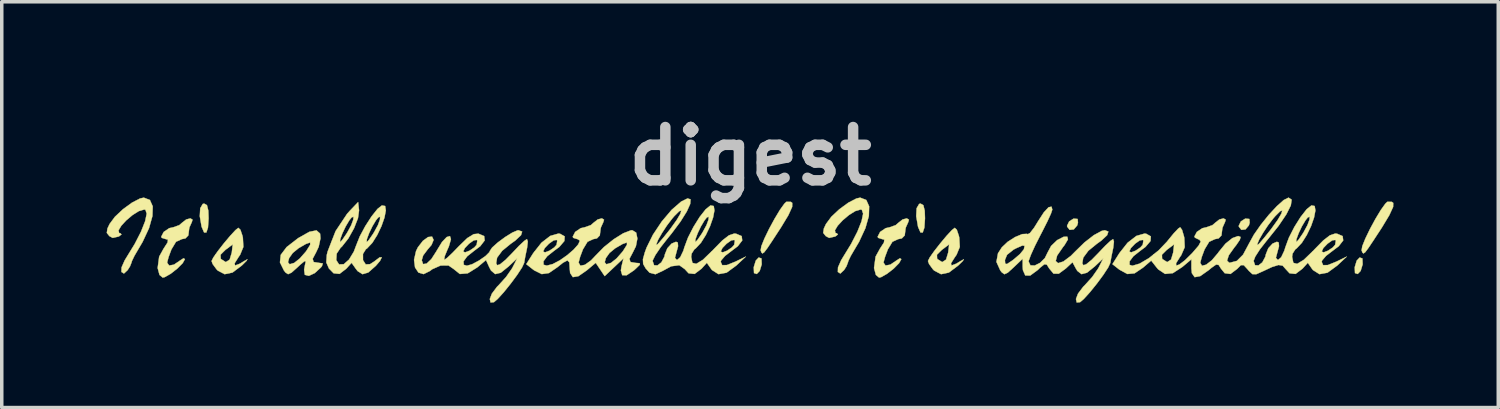
<source format=kicad_pcb>
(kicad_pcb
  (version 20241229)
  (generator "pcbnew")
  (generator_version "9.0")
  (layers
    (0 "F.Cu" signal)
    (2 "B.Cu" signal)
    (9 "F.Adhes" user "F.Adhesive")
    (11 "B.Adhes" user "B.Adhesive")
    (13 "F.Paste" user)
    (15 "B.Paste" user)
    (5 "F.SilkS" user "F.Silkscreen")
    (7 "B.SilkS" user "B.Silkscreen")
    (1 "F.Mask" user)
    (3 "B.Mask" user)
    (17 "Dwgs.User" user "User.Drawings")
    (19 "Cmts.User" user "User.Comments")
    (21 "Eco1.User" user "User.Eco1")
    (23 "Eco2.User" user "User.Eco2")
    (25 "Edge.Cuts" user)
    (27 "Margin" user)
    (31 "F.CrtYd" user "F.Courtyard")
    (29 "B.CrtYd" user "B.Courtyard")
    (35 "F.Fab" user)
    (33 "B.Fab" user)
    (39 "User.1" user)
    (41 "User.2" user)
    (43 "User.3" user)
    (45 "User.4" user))
  (footprint "digest"
    (layer "F.Cu")
    (at 18.41 2.688)
    (property "Reference" "digest" (at 0 -1.27 180) (layer "Dwgs.User") (effects (font (size 1.524 1.524) (thickness 0.3))))
    (attr through_hole)
    (fp_poly (pts (xy 0.318 1.653) (xy 0.325 1.819) (xy 0.324 1.826) (xy 0.268 2.01) (xy 0.184 2.098) (xy 0.105 2.072) (xy 0.098 1.907) (xy 0.099 1.9) (xy 0.156 1.715) (xy 0.239 1.627) (xy 0.318 1.653)) (stroke (width 0.01) (type solid)) (fill yes) (layer "F.SilkS"))
    (fp_poly (pts (xy 9.358 0.524) (xy 9.361 0.528) (xy 9.37 0.63) (xy 9.349 0.708) (xy 9.251 0.823) (xy 9.132 0.836) (xy 9.061 0.745) (xy 9.059 0.717) (xy 9.118 0.595) (xy 9.244 0.515) (xy 9.358 0.524)) (stroke (width 0.01) (type solid)) (fill yes) (layer "F.SilkS"))
    (fp_poly (pts (xy 14.268 0.524) (xy 14.272 0.528) (xy 14.281 0.63) (xy 14.259 0.708) (xy 14.162 0.823) (xy 14.043 0.836) (xy 13.972 0.745) (xy 13.97 0.717) (xy 14.029 0.595) (xy 14.155 0.515) (xy 14.268 0.524)) (stroke (width 0.01) (type solid)) (fill yes) (layer "F.SilkS"))
    (fp_poly (pts (xy 17.505 1.653) (xy 17.512 1.819) (xy 17.511 1.826) (xy 17.455 2.01) (xy 17.371 2.098) (xy 17.293 2.072) (xy 17.286 1.907) (xy 17.287 1.9) (xy 17.343 1.715) (xy 17.427 1.627) (xy 17.505 1.653)) (stroke (width 0.01) (type solid)) (fill yes) (layer "F.SilkS"))
    (fp_poly (pts (xy -15.541 0.13) (xy -15.502 0.287) (xy -15.494 0.508) (xy -15.512 0.773) (xy -15.559 0.912) (xy -15.623 0.91) (xy -15.691 0.754) (xy -15.695 0.741) (xy -15.746 0.446) (xy -15.733 0.218) (xy -15.661 0.095) (xy -15.621 0.085) (xy -15.541 0.13)) (stroke (width 0.01) (type solid)) (fill yes) (layer "F.SilkS"))
    (fp_poly (pts (xy 4.948 0.13) (xy 4.987 0.287) (xy 4.995 0.508) (xy 4.977 0.773) (xy 4.93 0.912) (xy 4.866 0.91) (xy 4.798 0.754) (xy 4.795 0.741) (xy 4.744 0.446) (xy 4.756 0.218) (xy 4.828 0.095) (xy 4.868 0.085) (xy 4.948 0.13)) (stroke (width 0.01) (type solid)) (fill yes) (layer "F.SilkS"))
    (fp_poly (pts (xy 1.158 0.035) (xy 1.198 0.064) (xy 1.196 0.179) (xy 1.087 0.418) (xy 0.873 0.772) (xy 0.846 0.813) (xy 0.627 1.149) (xy 0.483 1.364) (xy 0.396 1.478) (xy 0.347 1.511) (xy 0.319 1.485) (xy 0.295 1.423) (xy 0.315 1.303) (xy 0.403 1.084) (xy 0.536 0.809) (xy 0.691 0.523) (xy 0.844 0.268) (xy 0.973 0.088) (xy 1.03 0.034) (xy 1.158 0.035)) (stroke (width 0.01) (type solid)) (fill yes) (layer "F.SilkS"))
    (fp_poly (pts (xy 18.345 0.035) (xy 18.386 0.064) (xy 18.384 0.179) (xy 18.274 0.418) (xy 18.061 0.772) (xy 18.034 0.813) (xy 17.814 1.149) (xy 17.67 1.364) (xy 17.583 1.478) (xy 17.534 1.511) (xy 17.506 1.485) (xy 17.482 1.423) (xy 17.502 1.303) (xy 17.59 1.084) (xy 17.723 0.809) (xy 17.878 0.523) (xy 18.032 0.268) (xy 18.161 0.088) (xy 18.218 0.034) (xy 18.345 0.035)) (stroke (width 0.01) (type solid)) (fill yes) (layer "F.SilkS"))
    (fp_poly (pts (xy -14.584 0.833) (xy -14.526 1.005) (xy -14.514 1.06) (xy -14.5 1.325) (xy -14.592 1.548) (xy -14.639 1.616) (xy -14.75 1.793) (xy -14.737 1.855) (xy -14.599 1.803) (xy -14.476 1.728) (xy -14.382 1.677) (xy -14.414 1.728) (xy -14.543 1.855) (xy -14.811 2.057) (xy -15.035 2.104) (xy -15.232 2) (xy -15.269 1.962) (xy -15.378 1.813) (xy -15.409 1.727) (xy -15.358 1.625) (xy -15.302 1.546) (xy -15.152 1.546) (xy -15.148 1.656) (xy -15.134 1.675) (xy -15.002 1.758) (xy -14.892 1.687) (xy -14.831 1.487) (xy -14.804 1.252) (xy -15.014 1.409) (xy -15.152 1.546) (xy -15.302 1.546) (xy -15.229 1.442) (xy -15.057 1.221) (xy -14.877 1.007) (xy -14.726 0.844) (xy -14.644 0.778) (xy -14.584 0.833)) (stroke (width 0.01) (type solid)) (fill yes) (layer "F.SilkS"))
    (fp_poly (pts (xy 5.905 0.833) (xy 5.963 1.005) (xy 5.975 1.06) (xy 5.99 1.325) (xy 5.898 1.548) (xy 5.85 1.616) (xy 5.739 1.793) (xy 5.752 1.855) (xy 5.89 1.803) (xy 6.014 1.728) (xy 6.107 1.677) (xy 6.076 1.728) (xy 5.946 1.855) (xy 5.678 2.057) (xy 5.455 2.104) (xy 5.257 2) (xy 5.22 1.962) (xy 5.112 1.813) (xy 5.08 1.727) (xy 5.131 1.625) (xy 5.187 1.546) (xy 5.337 1.546) (xy 5.341 1.656) (xy 5.355 1.675) (xy 5.487 1.758) (xy 5.597 1.687) (xy 5.658 1.487) (xy 5.686 1.252) (xy 5.476 1.409) (xy 5.337 1.546) (xy 5.187 1.546) (xy 5.26 1.442) (xy 5.433 1.221) (xy 5.612 1.007) (xy 5.763 0.844) (xy 5.846 0.778) (xy 5.905 0.833)) (stroke (width 0.01) (type solid)) (fill yes) (layer "F.SilkS"))
    (fp_poly (pts (xy -15.953 0.545) (xy -15.974 0.614) (xy -16.042 0.765) (xy -16.05 0.804) (xy -16.07 0.966) (xy -16.074 0.995) (xy -16.156 1.08) (xy -16.26 1.101) (xy -16.426 1.177) (xy -16.557 1.394) (xy -16.637 1.609) (xy -16.678 1.76) (xy -16.679 1.775) (xy -16.623 1.856) (xy -16.485 1.831) (xy -16.326 1.723) (xy -16.212 1.649) (xy -16.171 1.673) (xy -16.235 1.788) (xy -16.39 1.944) (xy -16.579 2.092) (xy -16.749 2.188) (xy -16.807 2.201) (xy -16.898 2.125) (xy -16.951 1.928) (xy -16.951 1.926) (xy -16.908 1.602) (xy -16.783 1.376) (xy -16.668 1.198) (xy -16.657 1.116) (xy -16.717 1.101) (xy -16.833 1.065) (xy -16.849 1.033) (xy -16.778 0.896) (xy -16.62 0.788) (xy -16.503 0.762) (xy -16.332 0.701) (xy -16.256 0.635) (xy -16.134 0.539) (xy -16.015 0.508) (xy -15.953 0.545)) (stroke (width 0.01) (type solid)) (fill yes) (layer "F.SilkS"))
    (fp_poly (pts (xy 4.536 0.545) (xy 4.516 0.614) (xy 4.448 0.765) (xy 4.439 0.804) (xy 4.419 0.966) (xy 4.416 0.995) (xy 4.333 1.08) (xy 4.229 1.101) (xy 4.063 1.177) (xy 3.933 1.394) (xy 3.852 1.609) (xy 3.811 1.76) (xy 3.81 1.775) (xy 3.866 1.856) (xy 4.004 1.831) (xy 4.163 1.723) (xy 4.278 1.649) (xy 4.318 1.673) (xy 4.254 1.788) (xy 4.1 1.944) (xy 3.91 2.092) (xy 3.741 2.188) (xy 3.682 2.201) (xy 3.591 2.125) (xy 3.538 1.928) (xy 3.538 1.926) (xy 3.582 1.602) (xy 3.706 1.376) (xy 3.821 1.198) (xy 3.832 1.116) (xy 3.772 1.101) (xy 3.656 1.065) (xy 3.641 1.033) (xy 3.711 0.896) (xy 3.87 0.788) (xy 3.986 0.762) (xy 4.157 0.701) (xy 4.233 0.635) (xy 4.355 0.539) (xy 4.475 0.508) (xy 4.536 0.545)) (stroke (width 0.01) (type solid)) (fill yes) (layer "F.SilkS"))
    (fp_poly (pts (xy -17.173 -0.018) (xy -17.092 0.164) (xy -17.101 0.441) (xy -17.198 0.787) (xy -17.381 1.179) (xy -17.492 1.368) (xy -17.615 1.578) (xy -17.687 1.728) (xy -17.695 1.76) (xy -17.741 1.878) (xy -17.809 1.986) (xy -17.915 2.085) (xy -17.987 2.04) (xy -17.983 1.91) (xy -17.893 1.706) (xy -17.842 1.623) (xy -17.607 1.239) (xy -17.426 0.886) (xy -17.309 0.589) (xy -17.264 0.373) (xy -17.3 0.263) (xy -17.335 0.254) (xy -17.488 0.299) (xy -17.669 0.412) (xy -17.847 0.562) (xy -17.991 0.718) (xy -18.07 0.849) (xy -18.054 0.926) (xy -18.016 0.934) (xy -17.985 0.967) (xy -18.06 1.025) (xy -18.236 1.066) (xy -18.333 1.014) (xy -18.405 0.922) (xy -18.387 0.797) (xy -18.325 0.667) (xy -18.173 0.462) (xy -17.943 0.246) (xy -17.687 0.059) (xy -17.455 -0.061) (xy -17.347 -0.085) (xy -17.173 -0.018)) (stroke (width 0.01) (type solid)) (fill yes) (layer "F.SilkS"))
    (fp_poly (pts (xy 3.316 -0.018) (xy 3.398 0.164) (xy 3.389 0.441) (xy 3.291 0.787) (xy 3.109 1.179) (xy 2.997 1.368) (xy 2.874 1.578) (xy 2.802 1.728) (xy 2.794 1.76) (xy 2.749 1.878) (xy 2.68 1.986) (xy 2.574 2.085) (xy 2.503 2.04) (xy 2.507 1.91) (xy 2.597 1.706) (xy 2.647 1.623) (xy 2.882 1.239) (xy 3.063 0.886) (xy 3.181 0.589) (xy 3.226 0.373) (xy 3.189 0.263) (xy 3.154 0.254) (xy 3.001 0.299) (xy 2.82 0.412) (xy 2.642 0.562) (xy 2.498 0.718) (xy 2.419 0.849) (xy 2.435 0.926) (xy 2.474 0.934) (xy 2.504 0.967) (xy 2.43 1.025) (xy 2.254 1.066) (xy 2.157 1.014) (xy 2.084 0.922) (xy 2.103 0.797) (xy 2.164 0.667) (xy 2.316 0.462) (xy 2.546 0.246) (xy 2.802 0.059) (xy 3.034 -0.061) (xy 3.142 -0.085) (xy 3.316 -0.018)) (stroke (width 0.01) (type solid)) (fill yes) (layer "F.SilkS"))
    (fp_poly (pts (xy -12.306 0.942) (xy -12.294 1.079) (xy -12.346 1.321) (xy -12.42 1.479) (xy -12.518 1.665) (xy -12.49 1.756) (xy -12.351 1.778) (xy -12.228 1.796) (xy -12.253 1.875) (xy -12.281 1.91) (xy -12.457 2.072) (xy -12.626 2.151) (xy -12.738 2.123) (xy -12.743 2.116) (xy -12.762 1.974) (xy -12.738 1.841) (xy -12.714 1.736) (xy -12.753 1.733) (xy -12.88 1.839) (xy -12.95 1.905) (xy -13.121 2.058) (xy -13.22 2.104) (xy -13.295 2.055) (xy -13.341 1.995) (xy -13.453 1.767) (xy -13.453 1.763) (xy -13.224 1.763) (xy -13.176 1.82) (xy -13.045 1.781) (xy -12.885 1.653) (xy -12.714 1.459) (xy -12.7 1.44) (xy -12.589 1.263) (xy -12.59 1.197) (xy -12.711 1.239) (xy -12.923 1.362) (xy -13.087 1.497) (xy -13.191 1.643) (xy -13.224 1.763) (xy -13.453 1.763) (xy -13.43 1.551) (xy -13.262 1.328) (xy -12.941 1.079) (xy -12.921 1.066) (xy -12.613 0.892) (xy -12.408 0.851) (xy -12.306 0.942)) (stroke (width 0.01) (type solid)) (fill yes) (layer "F.SilkS"))
    (fp_poly (pts (xy -11.191 0.279) (xy -11.222 0.503) (xy -11.335 0.791) (xy -11.497 1.081) (xy -11.678 1.311) (xy -11.721 1.351) (xy -11.831 1.516) (xy -11.843 1.701) (xy -11.763 1.824) (xy -11.63 1.819) (xy -11.478 1.686) (xy -11.34 1.458) (xy -11.275 1.286) (xy -11.234 1.184) (xy -10.974 1.184) (xy -10.969 1.185) (xy -10.908 1.121) (xy -10.797 0.96) (xy -10.76 0.9) (xy -10.652 0.701) (xy -10.594 0.543) (xy -10.588 0.46) (xy -10.641 0.48) (xy -10.709 0.565) (xy -10.811 0.737) (xy -10.905 0.934) (xy -10.967 1.101) (xy -10.974 1.184) (xy -11.234 1.184) (xy -11.17 1.022) (xy -11.012 0.728) (xy -10.833 0.451) (xy -10.663 0.237) (xy -10.538 0.138) (xy -10.445 0.154) (xy -10.425 0.281) (xy -10.464 0.485) (xy -10.55 0.73) (xy -10.67 0.982) (xy -10.811 1.206) (xy -10.961 1.366) (xy -10.998 1.392) (xy -11.079 1.524) (xy -11.078 1.702) (xy -11.001 1.824) (xy -10.877 1.817) (xy -10.762 1.744) (xy -10.6 1.621) (xy -10.541 1.621) (xy -10.592 1.725) (xy -10.71 1.863) (xy -10.927 2.055) (xy -11.091 2.104) (xy -11.232 2.015) (xy -11.285 1.947) (xy -11.404 1.778) (xy -11.557 1.947) (xy -11.749 2.095) (xy -11.918 2.078) (xy -12.052 1.941) (xy -12.128 1.768) (xy -12.113 1.55) (xy -12.089 1.454) (xy -11.984 1.184) (xy -11.736 1.184) (xy -11.731 1.185) (xy -11.67 1.121) (xy -11.559 0.96) (xy -11.522 0.9) (xy -11.414 0.701) (xy -11.356 0.543) (xy -11.35 0.46) (xy -11.403 0.48) (xy -11.471 0.565) (xy -11.573 0.737) (xy -11.667 0.934) (xy -11.729 1.101) (xy -11.736 1.184) (xy -11.984 1.184) (xy -11.862 0.872) (xy -11.534 0.379) (xy -11.46 0.296) (xy -11.218 0.042) (xy -11.191 0.279)) (stroke (width 0.01) (type solid)) (fill yes) (layer "F.SilkS"))
    (fp_poly (pts (xy -4.184 0.545) (xy -4.205 0.614) (xy -4.273 0.765) (xy -4.282 0.804) (xy -4.302 0.966) (xy -4.305 0.995) (xy -4.387 1.08) (xy -4.492 1.101) (xy -4.657 1.177) (xy -4.788 1.394) (xy -4.869 1.609) (xy -4.909 1.76) (xy -4.911 1.775) (xy -4.86 1.862) (xy -4.731 1.835) (xy -4.63 1.763) (xy -4.165 1.763) (xy -4.117 1.82) (xy -3.985 1.781) (xy -3.825 1.653) (xy -3.655 1.459) (xy -3.641 1.44) (xy -3.529 1.263) (xy -3.53 1.197) (xy -3.652 1.239) (xy -3.864 1.362) (xy -4.028 1.497) (xy -4.132 1.643) (xy -4.165 1.763) (xy -4.63 1.763) (xy -4.556 1.709) (xy -4.43 1.576) (xy -4.189 1.33) (xy -3.908 1.105) (xy -3.635 0.934) (xy -3.416 0.85) (xy -3.376 0.847) (xy -3.266 0.914) (xy -3.231 1.084) (xy -3.273 1.304) (xy -3.36 1.479) (xy -3.458 1.664) (xy -3.429 1.756) (xy -3.281 1.781) (xy -3.165 1.79) (xy -3.16 1.833) (xy -3.275 1.945) (xy -3.329 1.994) (xy -3.535 2.133) (xy -3.664 2.132) (xy -3.703 1.997) (xy -3.683 1.875) (xy -3.628 1.651) (xy -3.897 1.905) (xy -4.166 2.159) (xy -4.422 1.779) (xy -4.673 1.99) (xy -4.917 2.161) (xy -5.076 2.188) (xy -5.154 2.07) (xy -5.165 1.947) (xy -5.177 1.765) (xy -5.231 1.709) (xy -5.358 1.776) (xy -5.519 1.905) (xy -5.763 2.072) (xy -5.966 2.101) (xy -6.177 1.997) (xy -6.218 1.967) (xy -6.408 1.817) (xy -6.21 1.503) (xy -6.172 1.455) (xy -5.927 1.455) (xy -5.871 1.48) (xy -5.744 1.431) (xy -5.609 1.339) (xy -5.542 1.264) (xy -5.523 1.147) (xy -5.537 1.124) (xy -5.625 1.136) (xy -5.759 1.231) (xy -5.879 1.356) (xy -5.927 1.455) (xy -6.172 1.455) (xy -5.974 1.204) (xy -5.722 1.009) (xy -5.488 0.942) (xy -5.444 0.947) (xy -5.31 1.022) (xy -5.319 1.155) (xy -5.463 1.324) (xy -5.609 1.432) (xy -5.81 1.591) (xy -5.917 1.735) (xy -5.913 1.834) (xy -5.821 1.859) (xy -5.651 1.814) (xy -5.446 1.706) (xy -5.237 1.559) (xy -5.053 1.4) (xy -4.923 1.253) (xy -4.875 1.145) (xy -4.941 1.101) (xy -4.947 1.101) (xy -5.064 1.065) (xy -5.08 1.033) (xy -5.01 0.896) (xy -4.851 0.788) (xy -4.735 0.762) (xy -4.563 0.701) (xy -4.487 0.635) (xy -4.365 0.539) (xy -4.246 0.508) (xy -4.184 0.545)) (stroke (width 0.01) (type solid)) (fill yes) (layer "F.SilkS"))
    (fp_poly (pts (xy -6.526 0.885) (xy -6.559 0.988) (xy -6.724 1.143) (xy -6.855 1.236) (xy -7.097 1.434) (xy -7.243 1.631) (xy -7.27 1.794) (xy -7.238 1.848) (xy -7.157 1.82) (xy -7 1.692) (xy -6.815 1.503) (xy -6.618 1.295) (xy -6.463 1.15) (xy -6.389 1.101) (xy -6.365 1.172) (xy -6.385 1.348) (xy -6.391 1.376) (xy -6.439 1.607) (xy -6.469 1.779) (xy -6.469 1.78) (xy -6.53 1.912) (xy -6.67 2.126) (xy -6.855 2.376) (xy -7.052 2.62) (xy -7.226 2.812) (xy -7.333 2.904) (xy -7.429 2.913) (xy -7.451 2.814) (xy -7.392 2.66) (xy -7.247 2.467) (xy -7.189 2.408) (xy -6.985 2.182) (xy -6.819 1.944) (xy -6.798 1.905) (xy -6.668 1.651) (xy -6.916 1.884) (xy -7.139 2.063) (xy -7.297 2.101) (xy -7.416 2) (xy -7.465 1.908) (xy -7.56 1.699) (xy -7.808 1.908) (xy -8.082 2.079) (xy -8.308 2.098) (xy -8.475 1.965) (xy -8.478 1.961) (xy -8.633 1.854) (xy -8.859 1.856) (xy -9.099 1.962) (xy -9.162 2.011) (xy -9.345 2.102) (xy -9.493 2.057) (xy -9.59 1.91) (xy -9.618 1.694) (xy -9.561 1.443) (xy -9.508 1.335) (xy -9.365 1.15) (xy -9.217 1.042) (xy -9.103 1.029) (xy -9.059 1.124) (xy -9.118 1.267) (xy -9.229 1.397) (xy -9.357 1.567) (xy -9.398 1.704) (xy -9.359 1.816) (xy -9.258 1.8) (xy -9.123 1.672) (xy -8.98 1.45) (xy -8.972 1.435) (xy -8.818 1.183) (xy -8.684 1.042) (xy -8.591 1.015) (xy -8.563 1.104) (xy -8.623 1.312) (xy -8.662 1.398) (xy -8.739 1.585) (xy -8.758 1.687) (xy -8.751 1.693) (xy -8.67 1.636) (xy -8.513 1.487) (xy -8.482 1.455) (xy -8.213 1.455) (xy -8.157 1.48) (xy -8.03 1.431) (xy -7.895 1.339) (xy -7.828 1.264) (xy -7.809 1.147) (xy -7.823 1.124) (xy -7.911 1.136) (xy -8.045 1.231) (xy -8.165 1.356) (xy -8.213 1.455) (xy -8.482 1.455) (xy -8.337 1.305) (xy -8.095 1.071) (xy -7.911 0.959) (xy -7.777 0.945) (xy -7.613 1.014) (xy -7.598 1.139) (xy -7.725 1.304) (xy -7.895 1.432) (xy -8.098 1.593) (xy -8.204 1.738) (xy -8.196 1.836) (xy -8.107 1.862) (xy -7.957 1.819) (xy -7.761 1.714) (xy -7.576 1.586) (xy -7.463 1.474) (xy -7.451 1.441) (xy -7.385 1.343) (xy -7.223 1.197) (xy -7.013 1.042) (xy -6.807 0.914) (xy -6.654 0.849) (xy -6.634 0.847) (xy -6.526 0.885)) (stroke (width 0.01) (type solid)) (fill yes) (layer "F.SilkS"))
    (fp_poly (pts (xy 8.636 0.257) (xy 8.599 0.368) (xy 8.499 0.587) (xy 8.355 0.873) (xy 8.297 0.984) (xy 8.142 1.29) (xy 8.025 1.547) (xy 7.963 1.714) (xy 7.959 1.743) (xy 8.01 1.851) (xy 8.133 1.856) (xy 8.286 1.78) (xy 8.424 1.643) (xy 8.501 1.485) (xy 8.602 1.296) (xy 8.775 1.13) (xy 8.962 1.034) (xy 9.066 1.032) (xy 9.083 1.11) (xy 8.985 1.274) (xy 8.942 1.328) (xy 8.774 1.572) (xy 8.734 1.728) (xy 8.801 1.788) (xy 8.953 1.741) (xy 9.167 1.58) (xy 9.278 1.468) (xy 9.554 1.198) (xy 9.824 0.988) (xy 10.049 0.866) (xy 10.139 0.847) (xy 10.24 0.885) (xy 10.204 0.989) (xy 10.039 1.143) (xy 9.909 1.236) (xy 9.667 1.434) (xy 9.521 1.631) (xy 9.494 1.794) (xy 9.526 1.848) (xy 9.607 1.82) (xy 9.764 1.692) (xy 9.949 1.503) (xy 10.146 1.295) (xy 10.301 1.15) (xy 10.375 1.101) (xy 10.399 1.172) (xy 10.379 1.348) (xy 10.373 1.376) (xy 10.325 1.607) (xy 10.295 1.779) (xy 10.295 1.78) (xy 10.234 1.912) (xy 10.094 2.126) (xy 9.909 2.376) (xy 9.712 2.62) (xy 9.538 2.812) (xy 9.431 2.904) (xy 9.335 2.913) (xy 9.313 2.814) (xy 9.372 2.66) (xy 9.517 2.467) (xy 9.575 2.408) (xy 9.779 2.182) (xy 9.945 1.944) (xy 9.966 1.905) (xy 10.096 1.651) (xy 9.848 1.884) (xy 9.627 2.062) (xy 9.472 2.103) (xy 9.352 2.01) (xy 9.309 1.939) (xy 9.214 1.762) (xy 9.025 1.939) (xy 8.822 2.089) (xy 8.671 2.088) (xy 8.547 1.939) (xy 8.479 1.83) (xy 8.41 1.82) (xy 8.289 1.917) (xy 8.212 1.99) (xy 8.005 2.142) (xy 7.864 2.141) (xy 7.796 1.988) (xy 7.789 1.884) (xy 7.789 1.662) (xy 7.529 1.91) (xy 7.362 2.061) (xy 7.267 2.105) (xy 7.191 2.051) (xy 7.148 1.995) (xy 7.038 1.751) (xy 7.048 1.698) (xy 7.281 1.698) (xy 7.289 1.804) (xy 7.341 1.813) (xy 7.476 1.723) (xy 7.531 1.683) (xy 7.71 1.53) (xy 7.819 1.398) (xy 7.825 1.384) (xy 7.844 1.293) (xy 7.78 1.284) (xy 7.607 1.36) (xy 7.531 1.399) (xy 7.342 1.549) (xy 7.281 1.698) (xy 7.048 1.698) (xy 7.083 1.507) (xy 7.194 1.335) (xy 7.36 1.178) (xy 7.571 1.043) (xy 7.775 0.958) (xy 7.915 0.95) (xy 7.933 0.962) (xy 7.999 0.925) (xy 8.117 0.773) (xy 8.228 0.593) (xy 8.395 0.334) (xy 8.529 0.19) (xy 8.614 0.173) (xy 8.636 0.257)) (stroke (width 0.01) (type solid)) (fill yes) (layer "F.SilkS"))
    (fp_poly (pts (xy -1.71 -0.036) (xy -1.72 0.094) (xy -1.817 0.31) (xy -1.997 0.598) (xy -2.254 0.942) (xy -2.359 1.071) (xy -2.564 1.332) (xy -2.717 1.558) (xy -2.791 1.707) (xy -2.794 1.727) (xy -2.753 1.848) (xy -2.656 1.853) (xy -2.544 1.765) (xy -2.459 1.605) (xy -2.443 1.533) (xy -2.374 1.363) (xy -2.252 1.229) (xy -2.126 1.177) (xy -2.076 1.198) (xy -2.067 1.303) (xy -2.112 1.47) (xy -2.156 1.636) (xy -2.108 1.692) (xy -2.09 1.693) (xy -2.005 1.619) (xy -1.916 1.433) (xy -1.886 1.333) (xy -1.83 1.184) (xy -1.576 1.184) (xy -1.571 1.185) (xy -1.51 1.121) (xy -1.399 0.96) (xy -1.362 0.9) (xy -1.254 0.701) (xy -1.196 0.543) (xy -1.19 0.46) (xy -1.243 0.48) (xy -1.311 0.565) (xy -1.413 0.737) (xy -1.507 0.934) (xy -1.569 1.101) (xy -1.576 1.184) (xy -1.83 1.184) (xy -1.783 1.058) (xy -1.628 0.754) (xy -1.449 0.467) (xy -1.275 0.246) (xy -1.14 0.138) (xy -1.047 0.154) (xy -1.027 0.281) (xy -1.066 0.485) (xy -1.152 0.73) (xy -1.272 0.982) (xy -1.413 1.206) (xy -1.563 1.366) (xy -1.6 1.392) (xy -1.679 1.516) (xy -1.693 1.609) (xy -1.657 1.78) (xy -1.547 1.808) (xy -1.358 1.693) (xy -1.112 1.455) (xy -0.847 1.455) (xy -0.791 1.48) (xy -0.664 1.431) (xy -0.529 1.339) (xy -0.462 1.264) (xy -0.443 1.147) (xy -0.457 1.124) (xy -0.545 1.136) (xy -0.679 1.231) (xy -0.799 1.356) (xy -0.847 1.455) (xy -1.112 1.455) (xy -1.088 1.433) (xy -1.058 1.401) (xy -0.8 1.138) (xy -0.612 0.993) (xy -0.464 0.943) (xy -0.412 0.945) (xy -0.248 1.014) (xy -0.232 1.139) (xy -0.359 1.304) (xy -0.529 1.432) (xy -0.722 1.58) (xy -0.835 1.711) (xy -0.847 1.75) (xy -0.806 1.845) (xy -0.671 1.843) (xy -0.42 1.742) (xy -0.398 1.731) (xy -0.127 1.599) (xy -0.404 1.858) (xy -0.681 2.061) (xy -0.911 2.103) (xy -1.097 1.985) (xy -1.125 1.947) (xy -1.244 1.778) (xy -1.397 1.947) (xy -1.594 2.096) (xy -1.766 2.078) (xy -1.875 1.959) (xy -2.032 1.847) (xy -2.266 1.878) (xy -2.495 2.003) (xy -2.714 2.106) (xy -2.883 2.061) (xy -2.996 1.935) (xy -3.065 1.811) (xy -3.072 1.677) (xy -3.016 1.476) (xy -2.965 1.338) (xy -2.918 1.244) (xy -2.688 1.244) (xy -2.679 1.27) (xy -2.615 1.208) (xy -2.477 1.046) (xy -2.295 0.817) (xy -2.284 0.802) (xy -2.104 0.551) (xy -2 0.373) (xy -1.975 0.284) (xy -2.031 0.301) (xy -2.172 0.44) (xy -2.236 0.515) (xy -2.385 0.71) (xy -2.526 0.925) (xy -2.636 1.117) (xy -2.688 1.244) (xy -2.918 1.244) (xy -2.786 0.976) (xy -2.534 0.598) (xy -2.251 0.264) (xy -1.982 0.03) (xy -1.978 0.027) (xy -1.795 -0.063) (xy -1.71 -0.036)) (stroke (width 0.01) (type solid)) (fill yes) (layer "F.SilkS"))
    (fp_poly (pts (xy 15.482 -0.027) (xy 15.458 0.137) (xy 15.33 0.392) (xy 15.105 0.725) (xy 14.789 1.121) (xy 14.763 1.152) (xy 14.574 1.393) (xy 14.441 1.6) (xy 14.393 1.724) (xy 14.435 1.847) (xy 14.532 1.853) (xy 14.643 1.766) (xy 14.728 1.606) (xy 14.745 1.533) (xy 14.813 1.363) (xy 14.936 1.229) (xy 15.061 1.177) (xy 15.111 1.198) (xy 15.12 1.303) (xy 15.075 1.47) (xy 15.031 1.636) (xy 15.079 1.692) (xy 15.098 1.693) (xy 15.183 1.619) (xy 15.271 1.433) (xy 15.302 1.333) (xy 15.357 1.184) (xy 15.611 1.184) (xy 15.616 1.185) (xy 15.677 1.121) (xy 15.788 0.96) (xy 15.826 0.9) (xy 15.933 0.701) (xy 15.992 0.543) (xy 15.997 0.46) (xy 15.944 0.48) (xy 15.876 0.565) (xy 15.774 0.737) (xy 15.681 0.934) (xy 15.619 1.101) (xy 15.611 1.184) (xy 15.357 1.184) (xy 15.404 1.058) (xy 15.559 0.754) (xy 15.739 0.467) (xy 15.912 0.246) (xy 16.047 0.138) (xy 16.14 0.154) (xy 16.161 0.281) (xy 16.122 0.485) (xy 16.036 0.73) (xy 15.915 0.982) (xy 15.774 1.206) (xy 15.624 1.366) (xy 15.587 1.392) (xy 15.508 1.516) (xy 15.494 1.609) (xy 15.53 1.78) (xy 15.64 1.808) (xy 15.829 1.693) (xy 16.076 1.455) (xy 16.341 1.455) (xy 16.397 1.48) (xy 16.523 1.431) (xy 16.659 1.339) (xy 16.725 1.264) (xy 16.745 1.147) (xy 16.731 1.124) (xy 16.643 1.136) (xy 16.509 1.231) (xy 16.388 1.356) (xy 16.341 1.455) (xy 16.076 1.455) (xy 16.099 1.433) (xy 16.129 1.401) (xy 16.387 1.138) (xy 16.575 0.993) (xy 16.723 0.943) (xy 16.776 0.945) (xy 16.94 1.014) (xy 16.956 1.139) (xy 16.828 1.304) (xy 16.658 1.432) (xy 16.465 1.58) (xy 16.353 1.711) (xy 16.341 1.75) (xy 16.381 1.845) (xy 16.517 1.843) (xy 16.767 1.742) (xy 16.789 1.731) (xy 17.06 1.599) (xy 16.784 1.858) (xy 16.506 2.061) (xy 16.277 2.103) (xy 16.091 1.985) (xy 16.062 1.947) (xy 15.944 1.778) (xy 15.79 1.947) (xy 15.593 2.096) (xy 15.422 2.078) (xy 15.31 1.956) (xy 15.225 1.86) (xy 15.107 1.84) (xy 14.918 1.899) (xy 14.662 2.019) (xy 14.471 2.104) (xy 14.359 2.102) (xy 14.256 2.006) (xy 14.228 1.972) (xy 14.112 1.845) (xy 14.03 1.845) (xy 13.925 1.951) (xy 13.732 2.097) (xy 13.568 2.076) (xy 13.46 1.944) (xy 13.394 1.839) (xy 13.322 1.828) (xy 13.192 1.919) (xy 13.112 1.986) (xy 12.867 2.159) (xy 12.708 2.189) (xy 12.628 2.075) (xy 12.615 1.94) (xy 12.615 1.678) (xy 12.355 1.897) (xy 12.084 2.074) (xy 11.861 2.096) (xy 11.665 1.965) (xy 11.623 1.916) (xy 11.465 1.715) (xy 11.231 1.916) (xy 10.99 2.079) (xy 10.782 2.098) (xy 10.559 1.976) (xy 10.546 1.967) (xy 10.356 1.817) (xy 10.554 1.503) (xy 10.592 1.455) (xy 10.837 1.455) (xy 10.893 1.48) (xy 11.02 1.431) (xy 11.155 1.339) (xy 11.222 1.264) (xy 11.241 1.147) (xy 11.227 1.124) (xy 11.139 1.136) (xy 11.005 1.231) (xy 10.885 1.356) (xy 10.837 1.455) (xy 10.592 1.455) (xy 10.79 1.204) (xy 11.042 1.009) (xy 11.276 0.942) (xy 11.32 0.947) (xy 11.454 1.022) (xy 11.445 1.155) (xy 11.301 1.324) (xy 11.155 1.432) (xy 10.956 1.59) (xy 10.847 1.735) (xy 10.845 1.835) (xy 10.925 1.863) (xy 11.133 1.802) (xy 11.4 1.645) (xy 11.523 1.546) (xy 11.772 1.546) (xy 11.776 1.656) (xy 11.79 1.675) (xy 11.922 1.758) (xy 12.032 1.687) (xy 12.093 1.487) (xy 12.12 1.252) (xy 11.91 1.409) (xy 11.772 1.546) (xy 11.523 1.546) (xy 11.677 1.423) (xy 11.917 1.172) (xy 11.938 1.145) (xy 12.108 0.937) (xy 12.24 0.798) (xy 12.294 0.762) (xy 12.347 0.836) (xy 12.401 1.019) (xy 12.411 1.065) (xy 12.423 1.332) (xy 12.324 1.561) (xy 12.285 1.616) (xy 12.177 1.789) (xy 12.179 1.858) (xy 12.269 1.828) (xy 12.429 1.706) (xy 12.635 1.503) (xy 12.818 1.291) (xy 12.883 1.17) (xy 12.843 1.118) (xy 12.834 1.116) (xy 12.717 1.06) (xy 12.7 1.027) (xy 12.77 0.895) (xy 12.927 0.789) (xy 13.045 0.762) (xy 13.217 0.701) (xy 13.293 0.635) (xy 13.415 0.539) (xy 13.534 0.508) (xy 13.596 0.545) (xy 13.575 0.614) (xy 13.507 0.765) (xy 13.498 0.804) (xy 13.478 0.966) (xy 13.475 0.995) (xy 13.393 1.08) (xy 13.288 1.101) (xy 13.123 1.177) (xy 12.992 1.394) (xy 12.911 1.611) (xy 12.87 1.766) (xy 12.869 1.781) (xy 12.917 1.863) (xy 13.037 1.832) (xy 13.2 1.705) (xy 13.372 1.502) (xy 13.398 1.465) (xy 13.59 1.23) (xy 13.787 1.072) (xy 13.951 1.013) (xy 14.022 1.04) (xy 13.999 1.122) (xy 13.891 1.28) (xy 13.846 1.335) (xy 13.685 1.561) (xy 13.634 1.716) (xy 13.699 1.778) (xy 13.709 1.778) (xy 13.914 1.724) (xy 14.092 1.546) (xy 14.254 1.244) (xy 14.499 1.244) (xy 14.508 1.27) (xy 14.573 1.208) (xy 14.71 1.046) (xy 14.892 0.817) (xy 14.903 0.802) (xy 15.083 0.551) (xy 15.187 0.373) (xy 15.213 0.284) (xy 15.156 0.301) (xy 15.016 0.44) (xy 14.951 0.515) (xy 14.803 0.71) (xy 14.661 0.925) (xy 14.551 1.117) (xy 14.499 1.244) (xy 14.254 1.244) (xy 14.264 1.225) (xy 14.402 0.974) (xy 14.601 0.689) (xy 14.829 0.406) (xy 15.057 0.16) (xy 15.254 -0.016) (xy 15.391 -0.085) (xy 15.394 -0.085) (xy 15.482 -0.027)) (stroke (width 0.01) (type solid)) (fill yes) (layer "F.SilkS")))
  (gr_rect
    (start -3 -3)
    (end 39.801 8.606)
    (stroke (width 0.1) (type default))
    (fill no)
    (layer "Edge.Cuts")))
</source>
